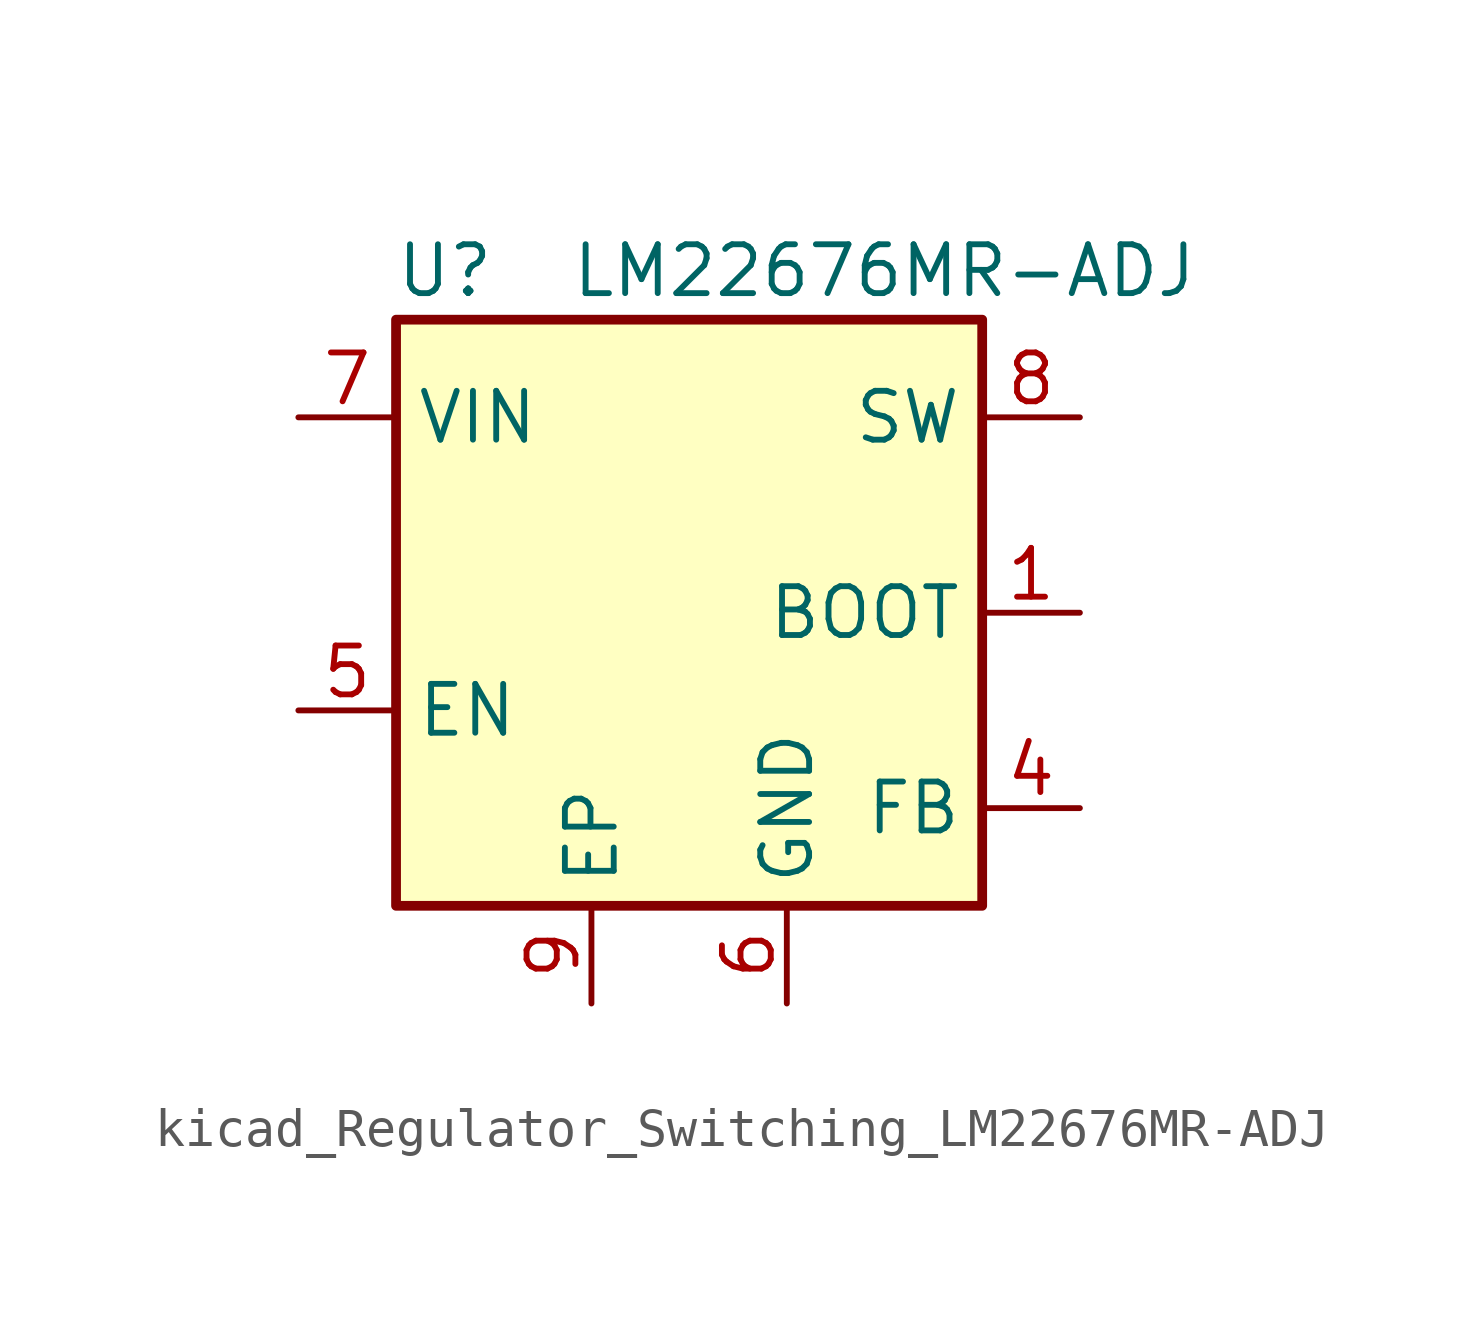
<source format=kicad_sym>
(kicad_symbol_lib
  (version 20220914)
  (generator kicad_symbol_editor)
  (symbol "kicad_Regulator_Switching_LM22676MR-ADJ"
    (property "Reference" "U"
      (at -6.35 8.89 0)
      (effects (font (size 1.27 1.27))))
    (property "Value" "LM22676MR-ADJ"
      (at 5.08 8.89 0)
      (effects (font (size 1.27 1.27))))
    (symbol "kicad_Regulator_Switching_LM22676MR-ADJ_0_1"
      (rectangle (start -7.62 7.62) (end 7.62 -7.62) (stroke (width 0.254) (type default)) (fill (type background))))
    (symbol "kicad_Regulator_Switching_LM22676MR-ADJ_1_1"
      (pin input line (at 10.16 0 180) (length 2.54) (name "BOOT" (effects (font (size 1.27 1.27)))) (number "1" (effects (font (size 1.27 1.27)))))
      (pin no_connect line (at -7.62 2.54 0) (length 2.54) hide (name "NC" (effects (font (size 1.27 1.27)))) (number "2" (effects (font (size 1.27 1.27)))))
      (pin no_connect line (at -7.62 0 0) (length 2.54) hide (name "NC" (effects (font (size 1.27 1.27)))) (number "3" (effects (font (size 1.27 1.27)))))
      (pin input line (at 10.16 -5.08 180) (length 2.54) (name "FB" (effects (font (size 1.27 1.27)))) (number "4" (effects (font (size 1.27 1.27)))))
      (pin input line (at -10.16 -2.54 0) (length 2.54) (name "EN" (effects (font (size 1.27 1.27)))) (number "5" (effects (font (size 1.27 1.27)))))
      (pin power_in line (at 2.54 -10.16 90) (length 2.54) (name "GND" (effects (font (size 1.27 1.27)))) (number "6" (effects (font (size 1.27 1.27)))))
      (pin power_in line (at -10.16 5.08 0) (length 2.54) (name "VIN" (effects (font (size 1.27 1.27)))) (number "7" (effects (font (size 1.27 1.27)))))
      (pin power_out line (at 10.16 5.08 180) (length 2.54) (name "SW" (effects (font (size 1.27 1.27)))) (number "8" (effects (font (size 1.27 1.27)))))
      (pin power_in line (at -2.54 -10.16 90) (length 2.54) (name "EP" (effects (font (size 1.27 1.27)))) (number "9" (effects (font (size 1.27 1.27))))))))
</source>
